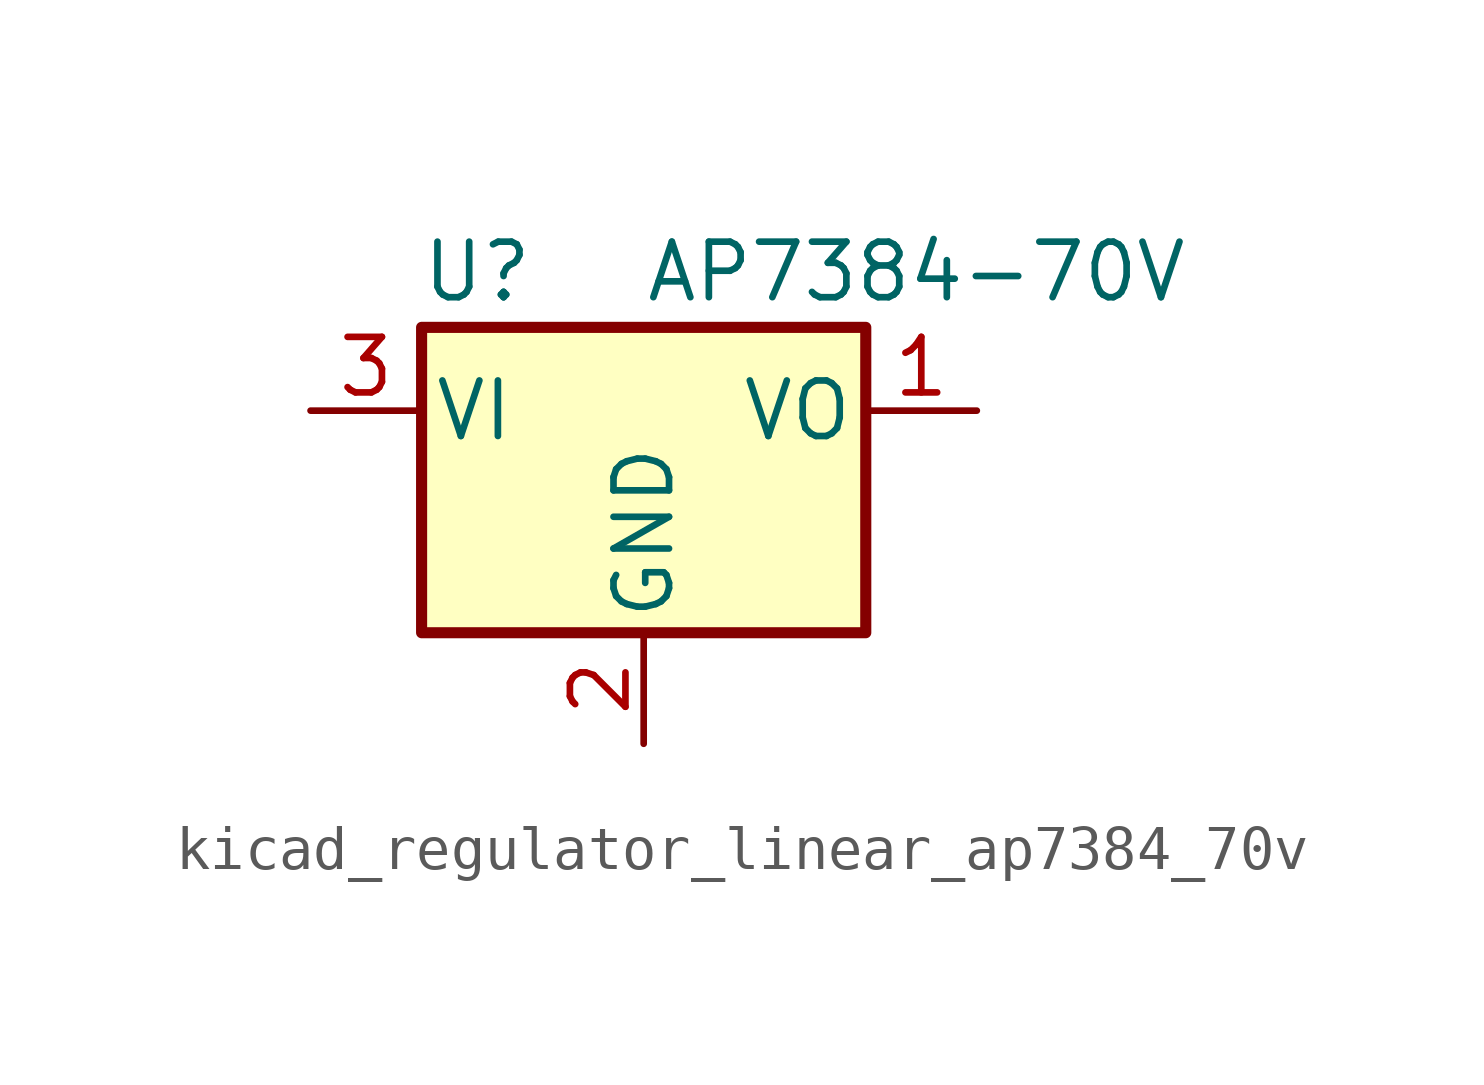
<source format=kicad_sym>
(kicad_symbol_lib
  (version 20220914)
  (generator kicad_symbol_editor)
  (symbol "kicad_regulator_linear_ap7384_70v"
    (pin_names
      (offset 0.254))
    (property "Reference" "U"
      (at -3.81 3.175 0)
      (effects (font (size 1.27 1.27))))
    (property "Value" "AP7384-70V"
      (at 0 3.175 0)
      (effects (font (size 1.27 1.27)) (justify left)))
    (symbol "kicad_regulator_linear_ap7384_70v_0_1"
      (rectangle (start -5.08 1.905) (end 5.08 -5.08) (stroke (width 0.254) (type default)) (fill (type background))))
    (symbol "kicad_regulator_linear_ap7384_70v_1_1"
      (pin power_out line (at 7.62 0 180) (length 2.54) (name "VO" (effects (font (size 1.27 1.27)))) (number "1" (effects (font (size 1.27 1.27)))))
      (pin power_in line (at 0 -7.62 90) (length 2.54) (name "GND" (effects (font (size 1.27 1.27)))) (number "2" (effects (font (size 1.27 1.27)))))
      (pin power_in line (at -7.62 0 0) (length 2.54) (name "VI" (effects (font (size 1.27 1.27)))) (number "3" (effects (font (size 1.27 1.27))))))))
</source>
